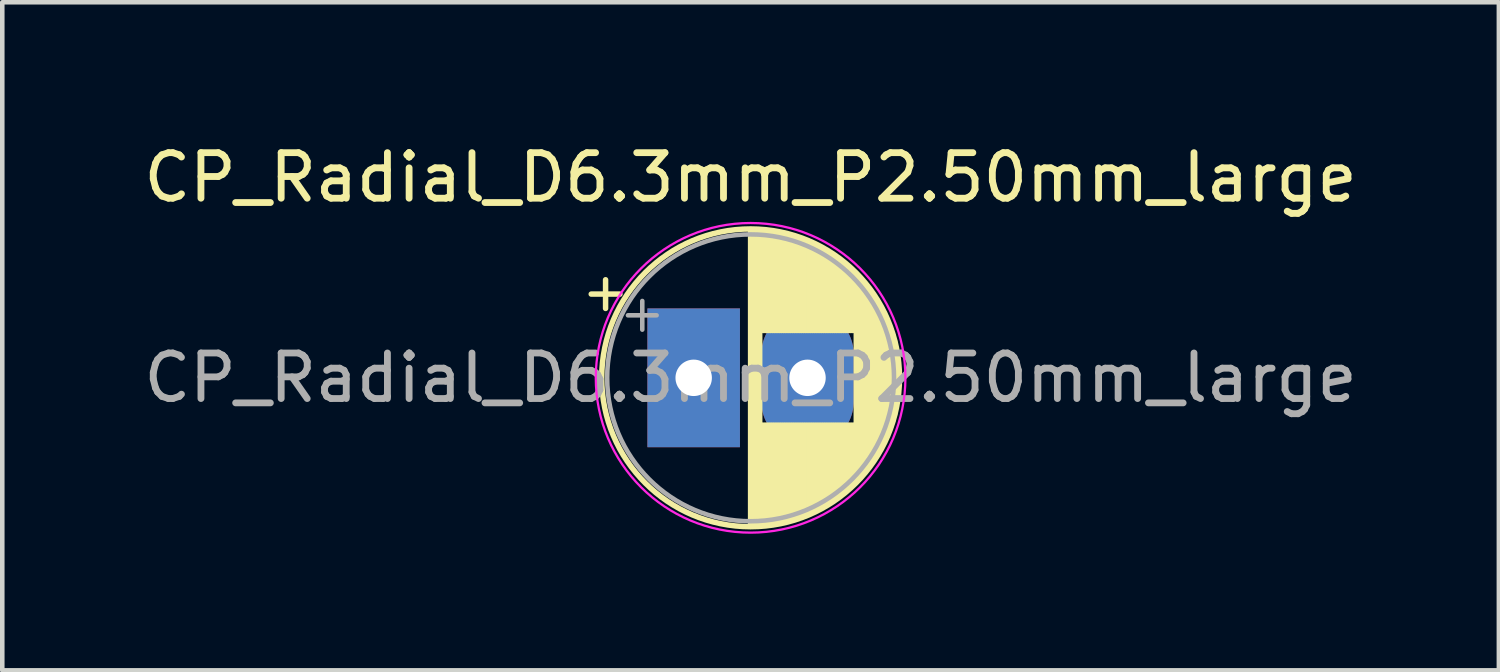
<source format=kicad_pcb>
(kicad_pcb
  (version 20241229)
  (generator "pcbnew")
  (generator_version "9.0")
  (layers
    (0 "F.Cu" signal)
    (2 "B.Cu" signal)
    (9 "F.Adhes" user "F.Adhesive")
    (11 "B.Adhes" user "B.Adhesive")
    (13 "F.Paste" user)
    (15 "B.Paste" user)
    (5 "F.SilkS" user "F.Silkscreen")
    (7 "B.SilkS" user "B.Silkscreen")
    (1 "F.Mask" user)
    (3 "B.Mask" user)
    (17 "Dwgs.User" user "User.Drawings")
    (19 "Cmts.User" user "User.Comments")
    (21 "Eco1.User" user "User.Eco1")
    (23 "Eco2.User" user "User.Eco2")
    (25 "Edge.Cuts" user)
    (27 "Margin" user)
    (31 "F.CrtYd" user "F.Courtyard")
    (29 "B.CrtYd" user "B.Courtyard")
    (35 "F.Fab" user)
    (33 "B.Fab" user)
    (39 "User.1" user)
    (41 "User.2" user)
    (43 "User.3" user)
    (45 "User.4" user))
  (footprint "CP_Radial_D6.3mm_P2.50mm_large"
    (layer "F.Cu")
    (at 12.185 5.248)
    (property "Reference" "CP_Radial_D6.3mm_P2.50mm_large" (at 1.25 -4.4 0) (layer "F.SilkS") (effects (font (size 1 1) (thickness 0.15))))
    (attr through_hole)
    (fp_line (start -2.25 -1.839) (end -1.62 -1.839) (stroke (width 0.12) (type solid)) (layer "F.SilkS"))
    (fp_line (start -1.935 -2.154) (end -1.935 -1.524) (stroke (width 0.12) (type solid)) (layer "F.SilkS"))
    (fp_line (start 1.25 -3.23) (end 1.25 3.23) (stroke (width 0.12) (type solid)) (layer "F.SilkS"))
    (fp_line (start 1.29 -3.23) (end 1.29 3.23) (stroke (width 0.12) (type solid)) (layer "F.SilkS"))
    (fp_line (start 1.33 -3.23) (end 1.33 3.23) (stroke (width 0.12) (type solid)) (layer "F.SilkS"))
    (fp_line (start 1.37 -3.228) (end 1.37 3.228) (stroke (width 0.12) (type solid)) (layer "F.SilkS"))
    (fp_line (start 1.41 -3.227) (end 1.41 3.227) (stroke (width 0.12) (type solid)) (layer "F.SilkS"))
    (fp_line (start 1.45 -3.224) (end 1.45 3.224) (stroke (width 0.12) (type solid)) (layer "F.SilkS"))
    (fp_line (start 1.49 -3.222) (end 1.49 -1.04) (stroke (width 0.12) (type solid)) (layer "F.SilkS"))
    (fp_line (start 1.49 1.04) (end 1.49 3.222) (stroke (width 0.12) (type solid)) (layer "F.SilkS"))
    (fp_line (start 1.53 -3.218) (end 1.53 -1.04) (stroke (width 0.12) (type solid)) (layer "F.SilkS"))
    (fp_line (start 1.53 1.04) (end 1.53 3.218) (stroke (width 0.12) (type solid)) (layer "F.SilkS"))
    (fp_line (start 1.57 -3.215) (end 1.57 -1.04) (stroke (width 0.12) (type solid)) (layer "F.SilkS"))
    (fp_line (start 1.57 1.04) (end 1.57 3.215) (stroke (width 0.12) (type solid)) (layer "F.SilkS"))
    (fp_line (start 1.61 -3.211) (end 1.61 -1.04) (stroke (width 0.12) (type solid)) (layer "F.SilkS"))
    (fp_line (start 1.61 1.04) (end 1.61 3.211) (stroke (width 0.12) (type solid)) (layer "F.SilkS"))
    (fp_line (start 1.65 -3.206) (end 1.65 -1.04) (stroke (width 0.12) (type solid)) (layer "F.SilkS"))
    (fp_line (start 1.65 1.04) (end 1.65 3.206) (stroke (width 0.12) (type solid)) (layer "F.SilkS"))
    (fp_line (start 1.69 -3.201) (end 1.69 -1.04) (stroke (width 0.12) (type solid)) (layer "F.SilkS"))
    (fp_line (start 1.69 1.04) (end 1.69 3.201) (stroke (width 0.12) (type solid)) (layer "F.SilkS"))
    (fp_line (start 1.73 -3.195) (end 1.73 -1.04) (stroke (width 0.12) (type solid)) (layer "F.SilkS"))
    (fp_line (start 1.73 1.04) (end 1.73 3.195) (stroke (width 0.12) (type solid)) (layer "F.SilkS"))
    (fp_line (start 1.77 -3.189) (end 1.77 -1.04) (stroke (width 0.12) (type solid)) (layer "F.SilkS"))
    (fp_line (start 1.77 1.04) (end 1.77 3.189) (stroke (width 0.12) (type solid)) (layer "F.SilkS"))
    (fp_line (start 1.81 -3.182) (end 1.81 -1.04) (stroke (width 0.12) (type solid)) (layer "F.SilkS"))
    (fp_line (start 1.81 1.04) (end 1.81 3.182) (stroke (width 0.12) (type solid)) (layer "F.SilkS"))
    (fp_line (start 1.85 -3.175) (end 1.85 -1.04) (stroke (width 0.12) (type solid)) (layer "F.SilkS"))
    (fp_line (start 1.85 1.04) (end 1.85 3.175) (stroke (width 0.12) (type solid)) (layer "F.SilkS"))
    (fp_line (start 1.89 -3.167) (end 1.89 -1.04) (stroke (width 0.12) (type solid)) (layer "F.SilkS"))
    (fp_line (start 1.89 1.04) (end 1.89 3.167) (stroke (width 0.12) (type solid)) (layer "F.SilkS"))
    (fp_line (start 1.93 -3.159) (end 1.93 -1.04) (stroke (width 0.12) (type solid)) (layer "F.SilkS"))
    (fp_line (start 1.93 1.04) (end 1.93 3.159) (stroke (width 0.12) (type solid)) (layer "F.SilkS"))
    (fp_line (start 1.971 -3.15) (end 1.971 -1.04) (stroke (width 0.12) (type solid)) (layer "F.SilkS"))
    (fp_line (start 1.971 1.04) (end 1.971 3.15) (stroke (width 0.12) (type solid)) (layer "F.SilkS"))
    (fp_line (start 2.011 -3.141) (end 2.011 -1.04) (stroke (width 0.12) (type solid)) (layer "F.SilkS"))
    (fp_line (start 2.011 1.04) (end 2.011 3.141) (stroke (width 0.12) (type solid)) (layer "F.SilkS"))
    (fp_line (start 2.051 -3.131) (end 2.051 -1.04) (stroke (width 0.12) (type solid)) (layer "F.SilkS"))
    (fp_line (start 2.051 1.04) (end 2.051 3.131) (stroke (width 0.12) (type solid)) (layer "F.SilkS"))
    (fp_line (start 2.091 -3.121) (end 2.091 -1.04) (stroke (width 0.12) (type solid)) (layer "F.SilkS"))
    (fp_line (start 2.091 1.04) (end 2.091 3.121) (stroke (width 0.12) (type solid)) (layer "F.SilkS"))
    (fp_line (start 2.131 -3.11) (end 2.131 -1.04) (stroke (width 0.12) (type solid)) (layer "F.SilkS"))
    (fp_line (start 2.131 1.04) (end 2.131 3.11) (stroke (width 0.12) (type solid)) (layer "F.SilkS"))
    (fp_line (start 2.171 -3.098) (end 2.171 -1.04) (stroke (width 0.12) (type solid)) (layer "F.SilkS"))
    (fp_line (start 2.171 1.04) (end 2.171 3.098) (stroke (width 0.12) (type solid)) (layer "F.SilkS"))
    (fp_line (start 2.211 -3.086) (end 2.211 -1.04) (stroke (width 0.12) (type solid)) (layer "F.SilkS"))
    (fp_line (start 2.211 1.04) (end 2.211 3.086) (stroke (width 0.12) (type solid)) (layer "F.SilkS"))
    (fp_line (start 2.251 -3.074) (end 2.251 -1.04) (stroke (width 0.12) (type solid)) (layer "F.SilkS"))
    (fp_line (start 2.251 1.04) (end 2.251 3.074) (stroke (width 0.12) (type solid)) (layer "F.SilkS"))
    (fp_line (start 2.291 -3.061) (end 2.291 -1.04) (stroke (width 0.12) (type solid)) (layer "F.SilkS"))
    (fp_line (start 2.291 1.04) (end 2.291 3.061) (stroke (width 0.12) (type solid)) (layer "F.SilkS"))
    (fp_line (start 2.331 -3.047) (end 2.331 -1.04) (stroke (width 0.12) (type solid)) (layer "F.SilkS"))
    (fp_line (start 2.331 1.04) (end 2.331 3.047) (stroke (width 0.12) (type solid)) (layer "F.SilkS"))
    (fp_line (start 2.371 -3.033) (end 2.371 -1.04) (stroke (width 0.12) (type solid)) (layer "F.SilkS"))
    (fp_line (start 2.371 1.04) (end 2.371 3.033) (stroke (width 0.12) (type solid)) (layer "F.SilkS"))
    (fp_line (start 2.411 -3.018) (end 2.411 -1.04) (stroke (width 0.12) (type solid)) (layer "F.SilkS"))
    (fp_line (start 2.411 1.04) (end 2.411 3.018) (stroke (width 0.12) (type solid)) (layer "F.SilkS"))
    (fp_line (start 2.451 -3.002) (end 2.451 -1.04) (stroke (width 0.12) (type solid)) (layer "F.SilkS"))
    (fp_line (start 2.451 1.04) (end 2.451 3.002) (stroke (width 0.12) (type solid)) (layer "F.SilkS"))
    (fp_line (start 2.491 -2.986) (end 2.491 -1.04) (stroke (width 0.12) (type solid)) (layer "F.SilkS"))
    (fp_line (start 2.491 1.04) (end 2.491 2.986) (stroke (width 0.12) (type solid)) (layer "F.SilkS"))
    (fp_line (start 2.531 -2.97) (end 2.531 -1.04) (stroke (width 0.12) (type solid)) (layer "F.SilkS"))
    (fp_line (start 2.531 1.04) (end 2.531 2.97) (stroke (width 0.12) (type solid)) (layer "F.SilkS"))
    (fp_line (start 2.571 -2.952) (end 2.571 -1.04) (stroke (width 0.12) (type solid)) (layer "F.SilkS"))
    (fp_line (start 2.571 1.04) (end 2.571 2.952) (stroke (width 0.12) (type solid)) (layer "F.SilkS"))
    (fp_line (start 2.611 -2.934) (end 2.611 -1.04) (stroke (width 0.12) (type solid)) (layer "F.SilkS"))
    (fp_line (start 2.611 1.04) (end 2.611 2.934) (stroke (width 0.12) (type solid)) (layer "F.SilkS"))
    (fp_line (start 2.651 -2.916) (end 2.651 -1.04) (stroke (width 0.12) (type solid)) (layer "F.SilkS"))
    (fp_line (start 2.651 1.04) (end 2.651 2.916) (stroke (width 0.12) (type solid)) (layer "F.SilkS"))
    (fp_line (start 2.691 -2.896) (end 2.691 -1.04) (stroke (width 0.12) (type solid)) (layer "F.SilkS"))
    (fp_line (start 2.691 1.04) (end 2.691 2.896) (stroke (width 0.12) (type solid)) (layer "F.SilkS"))
    (fp_line (start 2.731 -2.876) (end 2.731 -1.04) (stroke (width 0.12) (type solid)) (layer "F.SilkS"))
    (fp_line (start 2.731 1.04) (end 2.731 2.876) (stroke (width 0.12) (type solid)) (layer "F.SilkS"))
    (fp_line (start 2.771 -2.856) (end 2.771 -1.04) (stroke (width 0.12) (type solid)) (layer "F.SilkS"))
    (fp_line (start 2.771 1.04) (end 2.771 2.856) (stroke (width 0.12) (type solid)) (layer "F.SilkS"))
    (fp_line (start 2.811 -2.834) (end 2.811 -1.04) (stroke (width 0.12) (type solid)) (layer "F.SilkS"))
    (fp_line (start 2.811 1.04) (end 2.811 2.834) (stroke (width 0.12) (type solid)) (layer "F.SilkS"))
    (fp_line (start 2.851 -2.812) (end 2.851 -1.04) (stroke (width 0.12) (type solid)) (layer "F.SilkS"))
    (fp_line (start 2.851 1.04) (end 2.851 2.812) (stroke (width 0.12) (type solid)) (layer "F.SilkS"))
    (fp_line (start 2.891 -2.79) (end 2.891 -1.04) (stroke (width 0.12) (type solid)) (layer "F.SilkS"))
    (fp_line (start 2.891 1.04) (end 2.891 2.79) (stroke (width 0.12) (type solid)) (layer "F.SilkS"))
    (fp_line (start 2.931 -2.766) (end 2.931 -1.04) (stroke (width 0.12) (type solid)) (layer "F.SilkS"))
    (fp_line (start 2.931 1.04) (end 2.931 2.766) (stroke (width 0.12) (type solid)) (layer "F.SilkS"))
    (fp_line (start 2.971 -2.742) (end 2.971 -1.04) (stroke (width 0.12) (type solid)) (layer "F.SilkS"))
    (fp_line (start 2.971 1.04) (end 2.971 2.742) (stroke (width 0.12) (type solid)) (layer "F.SilkS"))
    (fp_line (start 3.011 -2.716) (end 3.011 -1.04) (stroke (width 0.12) (type solid)) (layer "F.SilkS"))
    (fp_line (start 3.011 1.04) (end 3.011 2.716) (stroke (width 0.12) (type solid)) (layer "F.SilkS"))
    (fp_line (start 3.051 -2.69) (end 3.051 -1.04) (stroke (width 0.12) (type solid)) (layer "F.SilkS"))
    (fp_line (start 3.051 1.04) (end 3.051 2.69) (stroke (width 0.12) (type solid)) (layer "F.SilkS"))
    (fp_line (start 3.091 -2.664) (end 3.091 -1.04) (stroke (width 0.12) (type solid)) (layer "F.SilkS"))
    (fp_line (start 3.091 1.04) (end 3.091 2.664) (stroke (width 0.12) (type solid)) (layer "F.SilkS"))
    (fp_line (start 3.131 -2.636) (end 3.131 -1.04) (stroke (width 0.12) (type solid)) (layer "F.SilkS"))
    (fp_line (start 3.131 1.04) (end 3.131 2.636) (stroke (width 0.12) (type solid)) (layer "F.SilkS"))
    (fp_line (start 3.171 -2.607) (end 3.171 -1.04) (stroke (width 0.12) (type solid)) (layer "F.SilkS"))
    (fp_line (start 3.171 1.04) (end 3.171 2.607) (stroke (width 0.12) (type solid)) (layer "F.SilkS"))
    (fp_line (start 3.211 -2.578) (end 3.211 -1.04) (stroke (width 0.12) (type solid)) (layer "F.SilkS"))
    (fp_line (start 3.211 1.04) (end 3.211 2.578) (stroke (width 0.12) (type solid)) (layer "F.SilkS"))
    (fp_line (start 3.251 -2.548) (end 3.251 -1.04) (stroke (width 0.12) (type solid)) (layer "F.SilkS"))
    (fp_line (start 3.251 1.04) (end 3.251 2.548) (stroke (width 0.12) (type solid)) (layer "F.SilkS"))
    (fp_line (start 3.291 -2.516) (end 3.291 -1.04) (stroke (width 0.12) (type solid)) (layer "F.SilkS"))
    (fp_line (start 3.291 1.04) (end 3.291 2.516) (stroke (width 0.12) (type solid)) (layer "F.SilkS"))
    (fp_line (start 3.331 -2.484) (end 3.331 -1.04) (stroke (width 0.12) (type solid)) (layer "F.SilkS"))
    (fp_line (start 3.331 1.04) (end 3.331 2.484) (stroke (width 0.12) (type solid)) (layer "F.SilkS"))
    (fp_line (start 3.371 -2.45) (end 3.371 -1.04) (stroke (width 0.12) (type solid)) (layer "F.SilkS"))
    (fp_line (start 3.371 1.04) (end 3.371 2.45) (stroke (width 0.12) (type solid)) (layer "F.SilkS"))
    (fp_line (start 3.411 -2.416) (end 3.411 -1.04) (stroke (width 0.12) (type solid)) (layer "F.SilkS"))
    (fp_line (start 3.411 1.04) (end 3.411 2.416) (stroke (width 0.12) (type solid)) (layer "F.SilkS"))
    (fp_line (start 3.451 -2.38) (end 3.451 -1.04) (stroke (width 0.12) (type solid)) (layer "F.SilkS"))
    (fp_line (start 3.451 1.04) (end 3.451 2.38) (stroke (width 0.12) (type solid)) (layer "F.SilkS"))
    (fp_line (start 3.491 -2.343) (end 3.491 -1.04) (stroke (width 0.12) (type solid)) (layer "F.SilkS"))
    (fp_line (start 3.491 1.04) (end 3.491 2.343) (stroke (width 0.12) (type solid)) (layer "F.SilkS"))
    (fp_line (start 3.531 -2.305) (end 3.531 -1.04) (stroke (width 0.12) (type solid)) (layer "F.SilkS"))
    (fp_line (start 3.531 1.04) (end 3.531 2.305) (stroke (width 0.12) (type solid)) (layer "F.SilkS"))
    (fp_line (start 3.571 -2.265) (end 3.571 2.265) (stroke (width 0.12) (type solid)) (layer "F.SilkS"))
    (fp_line (start 3.611 -2.224) (end 3.611 2.224) (stroke (width 0.12) (type solid)) (layer "F.SilkS"))
    (fp_line (start 3.651 -2.182) (end 3.651 2.182) (stroke (width 0.12) (type solid)) (layer "F.SilkS"))
    (fp_line (start 3.691 -2.137) (end 3.691 2.137) (stroke (width 0.12) (type solid)) (layer "F.SilkS"))
    (fp_line (start 3.731 -2.092) (end 3.731 2.092) (stroke (width 0.12) (type solid)) (layer "F.SilkS"))
    (fp_line (start 3.771 -2.044) (end 3.771 2.044) (stroke (width 0.12) (type solid)) (layer "F.SilkS"))
    (fp_line (start 3.811 -1.995) (end 3.811 1.995) (stroke (width 0.12) (type solid)) (layer "F.SilkS"))
    (fp_line (start 3.851 -1.944) (end 3.851 1.944) (stroke (width 0.12) (type solid)) (layer "F.SilkS"))
    (fp_line (start 3.891 -1.89) (end 3.891 1.89) (stroke (width 0.12) (type solid)) (layer "F.SilkS"))
    (fp_line (start 3.931 -1.834) (end 3.931 1.834) (stroke (width 0.12) (type solid)) (layer "F.SilkS"))
    (fp_line (start 3.971 -1.776) (end 3.971 1.776) (stroke (width 0.12) (type solid)) (layer "F.SilkS"))
    (fp_line (start 4.011 -1.714) (end 4.011 1.714) (stroke (width 0.12) (type solid)) (layer "F.SilkS"))
    (fp_line (start 4.051 -1.65) (end 4.051 1.65) (stroke (width 0.12) (type solid)) (layer "F.SilkS"))
    (fp_line (start 4.091 -1.581) (end 4.091 1.581) (stroke (width 0.12) (type solid)) (layer "F.SilkS"))
    (fp_line (start 4.131 -1.509) (end 4.131 1.509) (stroke (width 0.12) (type solid)) (layer "F.SilkS"))
    (fp_line (start 4.171 -1.432) (end 4.171 1.432) (stroke (width 0.12) (type solid)) (layer "F.SilkS"))
    (fp_line (start 4.211 -1.35) (end 4.211 1.35) (stroke (width 0.12) (type solid)) (layer "F.SilkS"))
    (fp_line (start 4.251 -1.262) (end 4.251 1.262) (stroke (width 0.12) (type solid)) (layer "F.SilkS"))
    (fp_line (start 4.291 -1.165) (end 4.291 1.165) (stroke (width 0.12) (type solid)) (layer "F.SilkS"))
    (fp_line (start 4.331 -1.059) (end 4.331 1.059) (stroke (width 0.12) (type solid)) (layer "F.SilkS"))
    (fp_line (start 4.371 -0.94) (end 4.371 0.94) (stroke (width 0.12) (type solid)) (layer "F.SilkS"))
    (fp_line (start 4.411 -0.802) (end 4.411 0.802) (stroke (width 0.12) (type solid)) (layer "F.SilkS"))
    (fp_line (start 4.451 -0.633) (end 4.451 0.633) (stroke (width 0.12) (type solid)) (layer "F.SilkS"))
    (fp_line (start 4.491 -0.402) (end 4.491 0.402) (stroke (width 0.12) (type solid)) (layer "F.SilkS"))
    (fp_circle (center 1.25 0) (end 4.52 0) (stroke (width 0.12) (type solid)) (fill no) (layer "F.SilkS"))
    (fp_circle (center 1.25 0) (end 4.65 0) (stroke (width 0.05) (type solid)) (fill no) (layer "F.CrtYd"))
    (fp_line (start -1.444 -1.373) (end -0.814 -1.373) (stroke (width 0.1) (type solid)) (layer "F.Fab"))
    (fp_line (start -1.129 -1.688) (end -1.129 -1.058) (stroke (width 0.1) (type solid)) (layer "F.Fab"))
    (fp_circle (center 1.25 0) (end 4.4 0) (stroke (width 0.1) (type solid)) (fill no) (layer "F.Fab"))
    (fp_text user "${REFERENCE}" (at 1.25 0 0) (layer "F.Fab") (effects (font (size 1 1) (thickness 0.15))))
    (pad "1" thru_hole rect (at 0 0) (size 2.032 3.048) (drill 0.8) (layers "*.Cu" "*.Mask"))
    (pad "2" thru_hole oval (at 2.5 0) (size 2.032 3.048) (drill 0.8) (layers "*.Cu" "*.Mask")))
  (gr_rect
    (start -3 -3)
    (end 29.869 11.673)
    (stroke (width 0.1) (type default))
    (fill no)
    (layer "Edge.Cuts")))
</source>
